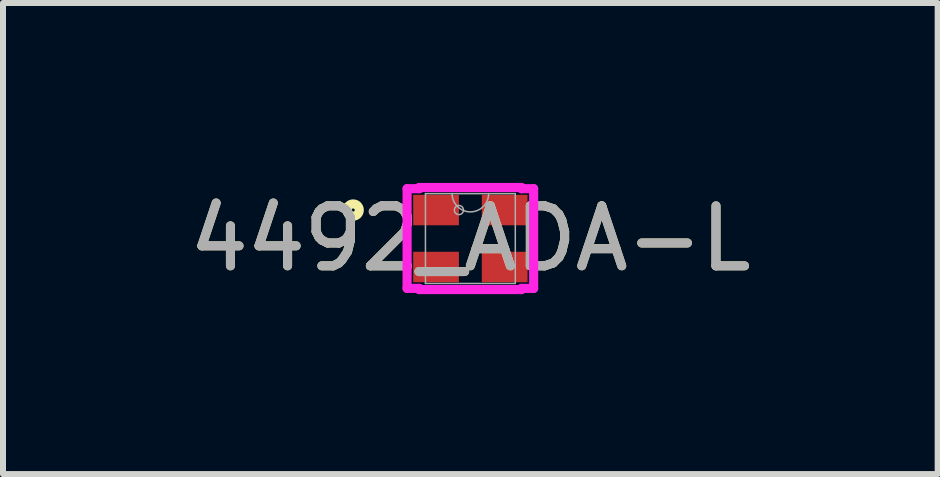
<source format=kicad_pcb>
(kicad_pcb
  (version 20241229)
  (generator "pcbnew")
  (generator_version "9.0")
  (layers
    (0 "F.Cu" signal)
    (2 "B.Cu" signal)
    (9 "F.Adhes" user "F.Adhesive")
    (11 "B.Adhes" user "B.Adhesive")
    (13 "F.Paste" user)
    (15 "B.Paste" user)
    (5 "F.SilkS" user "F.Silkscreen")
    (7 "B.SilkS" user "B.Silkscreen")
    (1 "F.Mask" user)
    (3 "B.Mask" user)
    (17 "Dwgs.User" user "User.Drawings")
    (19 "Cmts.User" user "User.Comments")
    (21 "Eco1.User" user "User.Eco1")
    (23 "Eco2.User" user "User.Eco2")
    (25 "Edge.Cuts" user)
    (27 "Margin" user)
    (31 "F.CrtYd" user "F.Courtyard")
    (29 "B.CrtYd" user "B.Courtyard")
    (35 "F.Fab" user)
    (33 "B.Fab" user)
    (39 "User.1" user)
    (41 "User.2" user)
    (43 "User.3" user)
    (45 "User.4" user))
  (footprint "4492_ADA-L"
    (layer "F.Cu")
    (at 4.792 0.927)
    (property "Reference" "4492_ADA-L" (at 0 0 0) (unlocked yes) (layer "F.SilkS") (effects (font (size 1 1) (thickness 0.15))))
    (attr smd)
    (fp_circle (center -1.954 -0.475) (end -1.852 -0.475) (stroke (width 0.152) (type solid)) (fill no) (layer "F.SilkS"))
    (fp_line (start -1.055 -0.831) (end -0.851 -0.831) (stroke (width 0.152) (type solid)) (layer "F.CrtYd"))
    (fp_line (start -1.055 0.831) (end -1.055 -0.831) (stroke (width 0.152) (type solid)) (layer "F.CrtYd"))
    (fp_line (start -1.055 0.831) (end -0.851 0.831) (stroke (width 0.152) (type solid)) (layer "F.CrtYd"))
    (fp_line (start -0.851 -0.851) (end 0.851 -0.851) (stroke (width 0.152) (type solid)) (layer "F.CrtYd"))
    (fp_line (start -0.851 -0.831) (end -0.851 -0.851) (stroke (width 0.152) (type solid)) (layer "F.CrtYd"))
    (fp_line (start -0.851 0.851) (end -0.851 0.831) (stroke (width 0.152) (type solid)) (layer "F.CrtYd"))
    (fp_line (start 0.851 -0.851) (end 0.851 -0.831) (stroke (width 0.152) (type solid)) (layer "F.CrtYd"))
    (fp_line (start 0.851 0.831) (end 0.851 0.851) (stroke (width 0.152) (type solid)) (layer "F.CrtYd"))
    (fp_line (start 0.851 0.851) (end -0.851 0.851) (stroke (width 0.152) (type solid)) (layer "F.CrtYd"))
    (fp_line (start 1.055 -0.831) (end 0.851 -0.831) (stroke (width 0.152) (type solid)) (layer "F.CrtYd"))
    (fp_line (start 1.055 -0.831) (end 1.055 0.831) (stroke (width 0.152) (type solid)) (layer "F.CrtYd"))
    (fp_line (start 1.055 0.831) (end 0.851 0.831) (stroke (width 0.152) (type solid)) (layer "F.CrtYd"))
    (fp_line (start -0.749 -0.749) (end -0.749 0.749) (stroke (width 0.025) (type solid)) (layer "F.Fab"))
    (fp_line (start -0.749 0.749) (end 0.749 0.749) (stroke (width 0.025) (type solid)) (layer "F.Fab"))
    (fp_line (start 0.749 -0.749) (end -0.749 -0.749) (stroke (width 0.025) (type solid)) (layer "F.Fab"))
    (fp_line (start 0.749 0.749) (end 0.749 -0.749) (stroke (width 0.025) (type solid)) (layer "F.Fab"))
    (fp_arc (start 0.3048 -0.7493) (mid 0 -0.4445) (end -0.3048 -0.7493) (stroke (width 0.0254) (type solid)) (layer "F.Fab"))
    (fp_circle (center -0.191 -0.475) (end -0.115 -0.475) (stroke (width 0.025) (type solid)) (fill no) (layer "F.Fab"))
    (fp_text user "${REFERENCE}" (at 0 0 0) (unlocked yes) (layer "F.Fab") (effects (font (size 1 1) (thickness 0.15))))
    (pad "1" smd rect (at -0.572 -0.475) (size 0.762 0.508) (layers "F.Cu" "F.Mask" "F.Paste"))
    (pad "2" smd rect (at -0.572 0.475) (size 0.762 0.508) (layers "F.Cu" "F.Mask" "F.Paste"))
    (pad "3" smd rect (at 0.572 0.475) (size 0.762 0.508) (layers "F.Cu" "F.Mask" "F.Paste"))
    (pad "4" smd rect (at 0.572 -0.475) (size 0.762 0.508) (layers "F.Cu" "F.Mask" "F.Paste")))
  (gr_rect
    (start -3 -3)
    (end 12.583 4.854)
    (stroke (width 0.1) (type default))
    (fill no)
    (layer "Edge.Cuts")))
</source>
